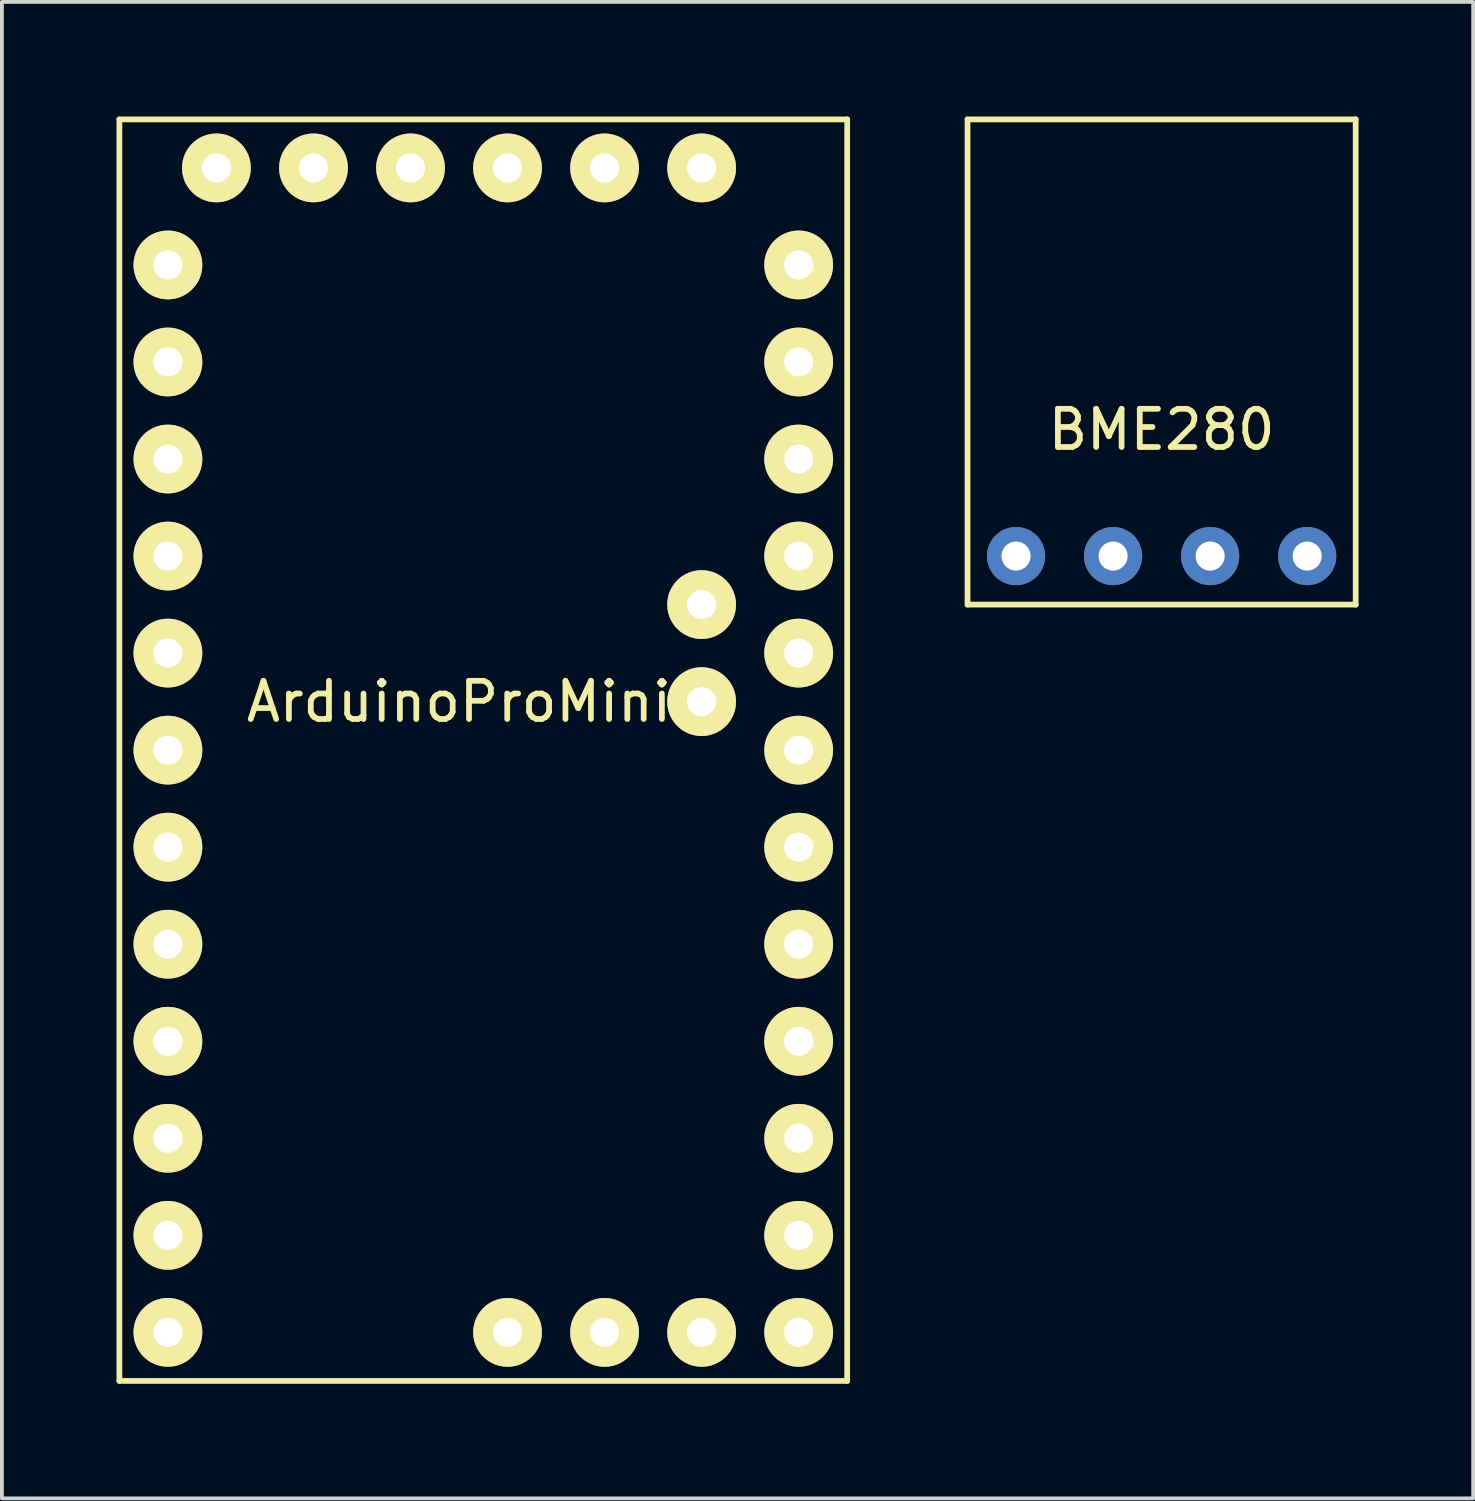
<source format=kicad_pcb>
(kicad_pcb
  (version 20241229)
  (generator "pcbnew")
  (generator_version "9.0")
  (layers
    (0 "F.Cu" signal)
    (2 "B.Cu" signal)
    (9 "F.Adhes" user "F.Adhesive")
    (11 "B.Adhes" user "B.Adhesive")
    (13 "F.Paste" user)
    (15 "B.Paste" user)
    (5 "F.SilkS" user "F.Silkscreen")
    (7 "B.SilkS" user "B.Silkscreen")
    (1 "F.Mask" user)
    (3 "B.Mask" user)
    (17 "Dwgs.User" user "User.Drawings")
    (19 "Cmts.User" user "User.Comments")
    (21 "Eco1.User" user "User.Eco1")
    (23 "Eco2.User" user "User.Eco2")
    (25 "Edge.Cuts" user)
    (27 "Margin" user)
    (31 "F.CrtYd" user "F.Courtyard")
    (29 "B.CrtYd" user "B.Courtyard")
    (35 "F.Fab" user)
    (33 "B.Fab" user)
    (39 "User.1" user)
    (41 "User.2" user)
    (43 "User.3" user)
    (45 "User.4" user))
  (footprint "ArduinoProMini"
    (layer "F.Cu")
    (at 6.425 10.235)
    (property "Reference" "ArduinoProMini" (at 2.54 5.08 0) (layer "F.SilkS") (effects (font (size 1 1) (thickness 0.15))))
    (attr through_hole)
    (fp_line (start -6.35 -10.16) (end 12.7 -10.16) (stroke (width 0.15) (type solid)) (layer "F.SilkS"))
    (fp_line (start -6.35 22.86) (end -6.35 -10.16) (stroke (width 0.15) (type solid)) (layer "F.SilkS"))
    (fp_line (start 12.7 -10.16) (end 12.7 22.86) (stroke (width 0.15) (type solid)) (layer "F.SilkS"))
    (fp_line (start 12.7 22.86) (end -6.35 22.86) (stroke (width 0.15) (type solid)) (layer "F.SilkS"))
    (pad "1" thru_hole circle (at -3.81 -8.89) (size 1.8 1.8) (drill 0.762) (layers "*.Cu" "*.Mask" "F.SilkS"))
    (pad "2" thru_hole circle (at -1.27 -8.89) (size 1.8 1.8) (drill 0.762) (layers "*.Cu" "*.Mask" "F.SilkS"))
    (pad "3" thru_hole circle (at 1.27 -8.89) (size 1.8 1.8) (drill 0.762) (layers "*.Cu" "*.Mask" "F.SilkS"))
    (pad "4" thru_hole circle (at 3.81 -8.89) (size 1.8 1.8) (drill 0.762) (layers "*.Cu" "*.Mask" "F.SilkS"))
    (pad "5" thru_hole circle (at 6.35 -8.89) (size 1.8 1.8) (drill 0.762) (layers "*.Cu" "*.Mask" "F.SilkS"))
    (pad "6" thru_hole circle (at 8.89 -8.89) (size 1.8 1.8) (drill 0.762) (layers "*.Cu" "*.Mask" "F.SilkS"))
    (pad "7" thru_hole circle (at 11.43 -6.35) (size 1.8 1.8) (drill 0.762) (layers "*.Cu" "*.Mask" "F.SilkS"))
    (pad "8" thru_hole circle (at 11.43 -3.81) (size 1.8 1.8) (drill 0.762) (layers "*.Cu" "*.Mask" "F.SilkS"))
    (pad "9" thru_hole circle (at 11.43 -1.27) (size 1.8 1.8) (drill 0.762) (layers "*.Cu" "*.Mask" "F.SilkS"))
    (pad "10" thru_hole circle (at 11.43 1.27) (size 1.8 1.8) (drill 0.762) (layers "*.Cu" "*.Mask" "F.SilkS"))
    (pad "11" thru_hole circle (at 11.43 3.81) (size 1.8 1.8) (drill 0.762) (layers "*.Cu" "*.Mask" "F.SilkS"))
    (pad "12" thru_hole circle (at 11.43 6.35) (size 1.8 1.8) (drill 0.762) (layers "*.Cu" "*.Mask" "F.SilkS"))
    (pad "13" thru_hole circle (at 11.43 8.89) (size 1.8 1.8) (drill 0.762) (layers "*.Cu" "*.Mask" "F.SilkS"))
    (pad "14" thru_hole circle (at 11.43 11.43) (size 1.8 1.8) (drill 0.762) (layers "*.Cu" "*.Mask" "F.SilkS"))
    (pad "15" thru_hole circle (at 11.43 13.97) (size 1.8 1.8) (drill 0.762) (layers "*.Cu" "*.Mask" "F.SilkS"))
    (pad "16" thru_hole circle (at 11.43 16.51) (size 1.8 1.8) (drill 0.762) (layers "*.Cu" "*.Mask" "F.SilkS"))
    (pad "17" thru_hole circle (at 11.43 19.05) (size 1.8 1.8) (drill 0.762) (layers "*.Cu" "*.Mask" "F.SilkS"))
    (pad "18" thru_hole circle (at 11.43 21.59) (size 1.8 1.8) (drill 0.762) (layers "*.Cu" "*.Mask" "F.SilkS"))
    (pad "19" thru_hole circle (at 8.89 21.59) (size 1.8 1.8) (drill 0.762) (layers "*.Cu" "*.Mask" "F.SilkS"))
    (pad "20" thru_hole circle (at 6.35 21.59) (size 1.8 1.8) (drill 0.762) (layers "*.Cu" "*.Mask" "F.SilkS"))
    (pad "21" thru_hole circle (at 8.89 2.54) (size 1.8 1.8) (drill 0.762) (layers "*.Cu" "*.Mask" "F.SilkS"))
    (pad "22" thru_hole circle (at 8.89 5.08) (size 1.8 1.8) (drill 0.762) (layers "*.Cu" "*.Mask" "F.SilkS"))
    (pad "23" thru_hole circle (at 3.81 21.59) (size 1.8 1.8) (drill 0.762) (layers "*.Cu" "*.Mask" "F.SilkS"))
    (pad "24" thru_hole circle (at -5.08 21.59) (size 1.8 1.8) (drill 0.762) (layers "*.Cu" "*.Mask" "F.SilkS"))
    (pad "25" thru_hole circle (at -5.08 19.05) (size 1.8 1.8) (drill 0.762) (layers "*.Cu" "*.Mask" "F.SilkS"))
    (pad "26" thru_hole circle (at -5.08 16.51) (size 1.8 1.8) (drill 0.762) (layers "*.Cu" "*.Mask" "F.SilkS"))
    (pad "27" thru_hole circle (at -5.08 13.97) (size 1.8 1.8) (drill 0.762) (layers "*.Cu" "*.Mask" "F.SilkS"))
    (pad "28" thru_hole circle (at -5.08 11.43) (size 1.8 1.8) (drill 0.762) (layers "*.Cu" "*.Mask" "F.SilkS"))
    (pad "29" thru_hole circle (at -5.08 8.89) (size 1.8 1.8) (drill 0.762) (layers "*.Cu" "*.Mask" "F.SilkS"))
    (pad "30" thru_hole circle (at -5.08 6.35) (size 1.8 1.8) (drill 0.762) (layers "*.Cu" "*.Mask" "F.SilkS"))
    (pad "31" thru_hole circle (at -5.08 3.81) (size 1.8 1.8) (drill 0.762) (layers "*.Cu" "*.Mask" "F.SilkS"))
    (pad "32" thru_hole circle (at -5.08 1.27) (size 1.8 1.8) (drill 0.762) (layers "*.Cu" "*.Mask" "F.SilkS"))
    (pad "33" thru_hole circle (at -5.08 -1.27) (size 1.8 1.8) (drill 0.762) (layers "*.Cu" "*.Mask" "F.SilkS"))
    (pad "34" thru_hole circle (at -5.08 -3.81) (size 1.8 1.8) (drill 0.762) (layers "*.Cu" "*.Mask" "F.SilkS"))
    (pad "35" thru_hole circle (at -5.08 -6.35) (size 1.8 1.8) (drill 0.762) (layers "*.Cu" "*.Mask" "F.SilkS")))
  (footprint "BME280"
    (layer "F.Cu")
    (at 27.355 7.695)
    (property "Reference" "BME280" (at 0 0.5 0) (layer "F.SilkS") (effects (font (size 1 1) (thickness 0.15))))
    (attr through_hole)
    (fp_line (start -5.08 -7.62) (end 5.08 -7.62) (stroke (width 0.15) (type solid)) (layer "F.SilkS"))
    (fp_line (start -5.08 5.08) (end -5.08 -7.62) (stroke (width 0.15) (type solid)) (layer "F.SilkS"))
    (fp_line (start 5.08 -7.62) (end 5.08 5.08) (stroke (width 0.15) (type solid)) (layer "F.SilkS"))
    (fp_line (start 5.08 5.08) (end -5.08 5.08) (stroke (width 0.15) (type solid)) (layer "F.SilkS"))
    (pad "1" thru_hole circle (at -3.81 3.81) (size 1.524 1.524) (drill 0.762) (layers "*.Cu" "*.Mask"))
    (pad "2" thru_hole circle (at -1.27 3.81) (size 1.524 1.524) (drill 0.762) (layers "*.Cu" "*.Mask"))
    (pad "3" thru_hole circle (at 1.27 3.81) (size 1.524 1.524) (drill 0.762) (layers "*.Cu" "*.Mask"))
    (pad "4" thru_hole circle (at 3.81 3.81) (size 1.524 1.524) (drill 0.762) (layers "*.Cu" "*.Mask")))
  (gr_rect
    (start -3 -3)
    (end 35.51 36.17)
    (stroke (width 0.1) (type default))
    (fill no)
    (layer "Edge.Cuts")))
</source>
